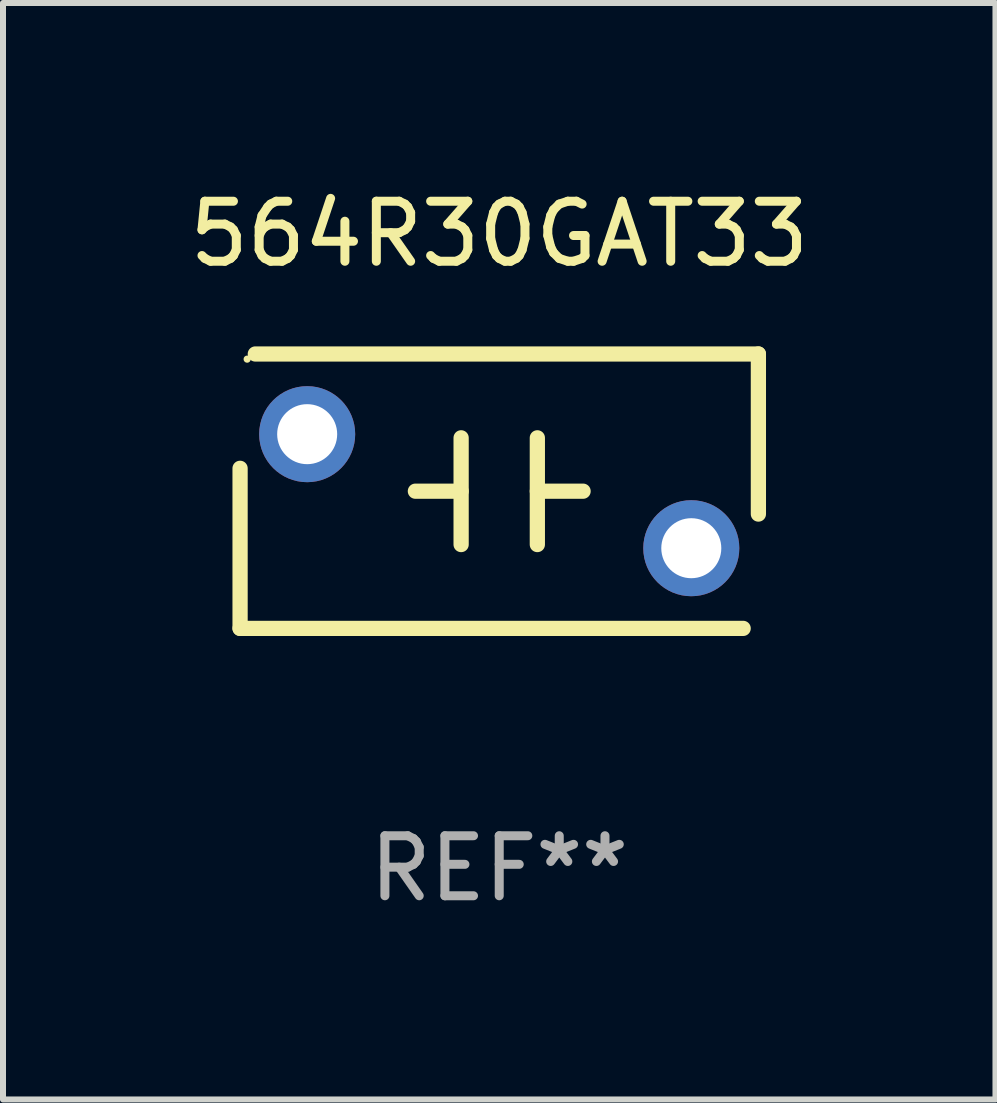
<source format=kicad_pcb>
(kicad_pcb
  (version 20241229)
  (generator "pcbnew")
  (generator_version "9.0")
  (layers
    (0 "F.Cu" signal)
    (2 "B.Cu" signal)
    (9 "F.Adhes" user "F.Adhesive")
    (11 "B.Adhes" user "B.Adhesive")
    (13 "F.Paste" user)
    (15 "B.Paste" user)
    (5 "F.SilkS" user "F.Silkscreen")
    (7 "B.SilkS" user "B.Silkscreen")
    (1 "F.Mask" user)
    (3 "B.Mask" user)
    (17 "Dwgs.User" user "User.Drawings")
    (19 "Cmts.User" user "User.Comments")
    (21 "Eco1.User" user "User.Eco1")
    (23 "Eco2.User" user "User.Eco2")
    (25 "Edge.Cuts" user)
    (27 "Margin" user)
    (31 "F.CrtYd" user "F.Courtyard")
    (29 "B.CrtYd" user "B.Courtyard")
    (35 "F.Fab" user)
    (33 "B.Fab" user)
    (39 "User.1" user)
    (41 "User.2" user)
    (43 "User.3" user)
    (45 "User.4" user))
  (footprint "564R30GAT33"
    (layer "F.Cu")
    (at 5.268 5.134)
    (property "Reference" "564R30GAT33" (at 0 -4.286 0) (layer "F.SilkS") (effects (font (size 1 1) (thickness 0.15))))
    (attr through_hole)
    (fp_line (start -4.318 -0.381) (end -4.318 2.286) (stroke (width 0.254) (type solid)) (layer "F.SilkS"))
    (fp_line (start -4.318 2.286) (end 4.064 2.286) (stroke (width 0.254) (type solid)) (layer "F.SilkS"))
    (fp_line (start -0.635 -0.889) (end -0.635 0.889) (stroke (width 0.254) (type solid)) (layer "F.SilkS"))
    (fp_line (start -0.635 0) (end -1.397 0) (stroke (width 0.254) (type solid)) (layer "F.SilkS"))
    (fp_line (start 0.635 0) (end 1.397 0) (stroke (width 0.254) (type solid)) (layer "F.SilkS"))
    (fp_line (start 0.635 0.889) (end 0.635 -0.889) (stroke (width 0.254) (type solid)) (layer "F.SilkS"))
    (fp_line (start 4.318 -2.286) (end -4.064 -2.286) (stroke (width 0.254) (type solid)) (layer "F.SilkS"))
    (fp_line (start 4.318 0.381) (end 4.318 -2.286) (stroke (width 0.254) (type solid)) (layer "F.SilkS"))
    (fp_circle (center -4.2 -2.2) (end -4.17 -2.2) (stroke (width 0.06) (type solid)) (fill no) (layer "F.SilkS"))
    (fp_text user "REF**" (at 0 6.286 0) (layer "F.Fab") (effects (font (size 1 1) (thickness 0.15))))
    (pad "1" thru_hole circle (at -3.2 -0.95) (size 1.6 1.6) (drill 1) (layers "*.Cu" "*.Mask"))
    (pad "2" thru_hole circle (at 3.2 0.95) (size 1.6 1.6) (drill 1) (layers "*.Cu" "*.Mask")))
  (gr_rect
    (start -3 -3)
    (end 13.536 15.269)
    (stroke (width 0.1) (type default))
    (fill no)
    (layer "Edge.Cuts")))
</source>
